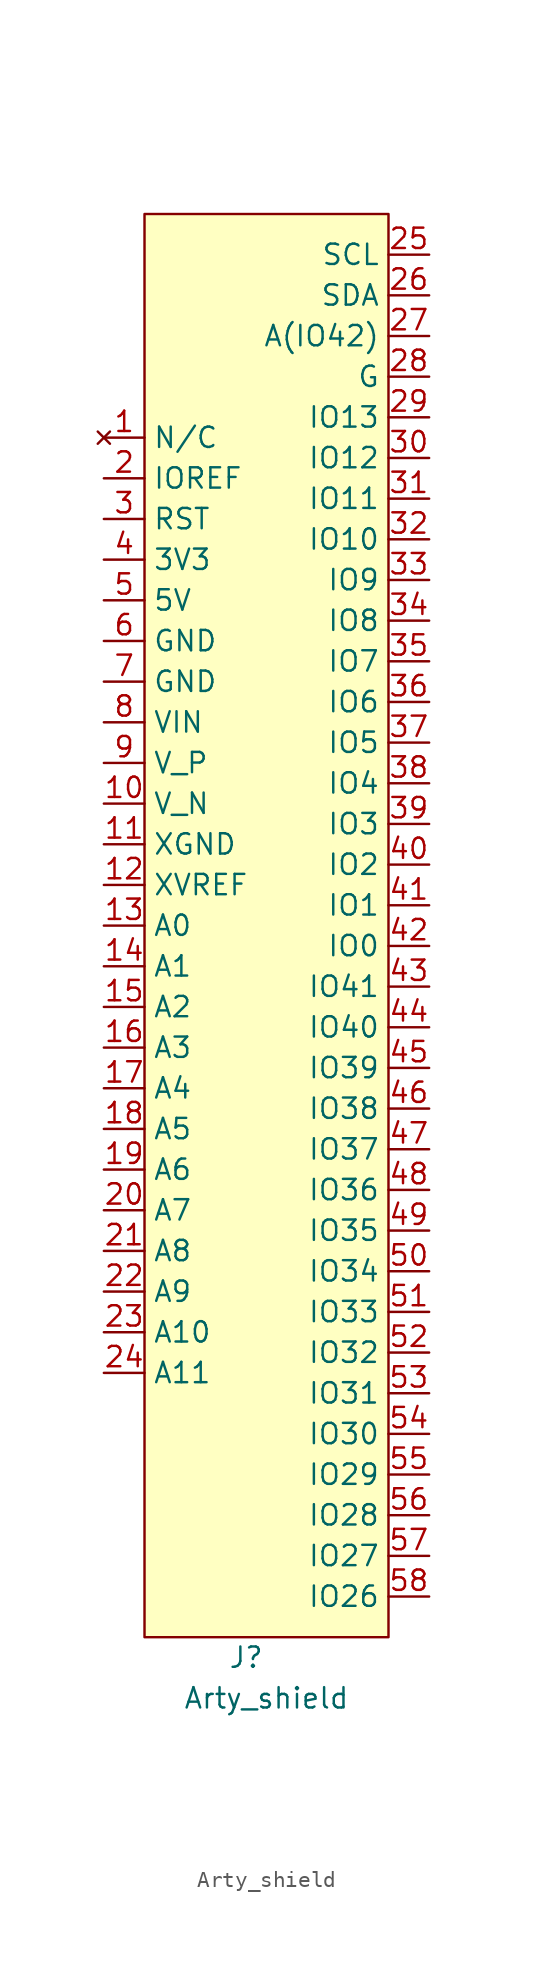
<source format=kicad_sym>
(kicad_symbol_lib
  (version 20211014)
  (generator kicad_symbol_editor)
  (symbol "Arty_shield"
    (property "Reference" "J"
      (at -1.27 -49.53 0)
      (effects (font (size 1.27 1.27))))
    (property "Value" "Arty_shield"
      (at 0 -52.07 0)
      (effects (font (size 1.27 1.27))))
    (symbol "Arty_shield_0_1"
      (rectangle (start -7.62 40.64) (end 7.62 -48.26) (stroke (width 0) (type default) (color 0 0 0 0)) (fill (type background))))
    (symbol "Arty_shield_1_1"
      (pin no_connect line (at -10.16 26.67 0) (length 2.54) (name "N/C" (effects (font (size 1.27 1.27)))) (number "1" (effects (font (size 1.27 1.27)))))
      (pin input line (at -10.16 3.81 0) (length 2.54) (name "V_N" (effects (font (size 1.27 1.27)))) (number "10" (effects (font (size 1.27 1.27)))))
      (pin input line (at -10.16 1.27 0) (length 2.54) (name "XGND" (effects (font (size 1.27 1.27)))) (number "11" (effects (font (size 1.27 1.27)))))
      (pin input line (at -10.16 -1.27 0) (length 2.54) (name "XVREF" (effects (font (size 1.27 1.27)))) (number "12" (effects (font (size 1.27 1.27)))))
      (pin input line (at -10.16 -3.81 0) (length 2.54) (name "A0" (effects (font (size 1.27 1.27)))) (number "13" (effects (font (size 1.27 1.27)))))
      (pin input line (at -10.16 -6.35 0) (length 2.54) (name "A1" (effects (font (size 1.27 1.27)))) (number "14" (effects (font (size 1.27 1.27)))))
      (pin input line (at -10.16 -8.89 0) (length 2.54) (name "A2" (effects (font (size 1.27 1.27)))) (number "15" (effects (font (size 1.27 1.27)))))
      (pin input line (at -10.16 -11.43 0) (length 2.54) (name "A3" (effects (font (size 1.27 1.27)))) (number "16" (effects (font (size 1.27 1.27)))))
      (pin input line (at -10.16 -13.97 0) (length 2.54) (name "A4" (effects (font (size 1.27 1.27)))) (number "17" (effects (font (size 1.27 1.27)))))
      (pin input line (at -10.16 -16.51 0) (length 2.54) (name "A5" (effects (font (size 1.27 1.27)))) (number "18" (effects (font (size 1.27 1.27)))))
      (pin input line (at -10.16 -19.05 0) (length 2.54) (name "A6" (effects (font (size 1.27 1.27)))) (number "19" (effects (font (size 1.27 1.27)))))
      (pin output line (at -10.16 24.13 0) (length 2.54) (name "IOREF" (effects (font (size 1.27 1.27)))) (number "2" (effects (font (size 1.27 1.27)))))
      (pin input line (at -10.16 -21.59 0) (length 2.54) (name "A7" (effects (font (size 1.27 1.27)))) (number "20" (effects (font (size 1.27 1.27)))))
      (pin input line (at -10.16 -24.13 0) (length 2.54) (name "A8" (effects (font (size 1.27 1.27)))) (number "21" (effects (font (size 1.27 1.27)))))
      (pin input line (at -10.16 -26.67 0) (length 2.54) (name "A9" (effects (font (size 1.27 1.27)))) (number "22" (effects (font (size 1.27 1.27)))))
      (pin input line (at -10.16 -29.21 0) (length 2.54) (name "A10" (effects (font (size 1.27 1.27)))) (number "23" (effects (font (size 1.27 1.27)))))
      (pin input line (at -10.16 -31.75 0) (length 2.54) (name "A11" (effects (font (size 1.27 1.27)))) (number "24" (effects (font (size 1.27 1.27)))))
      (pin open_collector line (at 10.16 38.1 180) (length 2.54) (name "SCL" (effects (font (size 1.27 1.27)))) (number "25" (effects (font (size 1.27 1.27)))))
      (pin open_collector line (at 10.16 35.56 180) (length 2.54) (name "SDA" (effects (font (size 1.27 1.27)))) (number "26" (effects (font (size 1.27 1.27)))))
      (pin bidirectional line (at 10.16 33.02 180) (length 2.54) (name "A(IO42)" (effects (font (size 1.27 1.27)))) (number "27" (effects (font (size 1.27 1.27)))))
      (pin bidirectional line (at 10.16 30.48 180) (length 2.54) (name "G" (effects (font (size 1.27 1.27)))) (number "28" (effects (font (size 1.27 1.27)))))
      (pin bidirectional line (at 10.16 27.94 180) (length 2.54) (name "IO13" (effects (font (size 1.27 1.27)))) (number "29" (effects (font (size 1.27 1.27)))))
      (pin input line (at -10.16 21.59 0) (length 2.54) (name "RST" (effects (font (size 1.27 1.27)))) (number "3" (effects (font (size 1.27 1.27)))))
      (pin bidirectional line (at 10.16 25.4 180) (length 2.54) (name "IO12" (effects (font (size 1.27 1.27)))) (number "30" (effects (font (size 1.27 1.27)))))
      (pin bidirectional line (at 10.16 22.86 180) (length 2.54) (name "IO11" (effects (font (size 1.27 1.27)))) (number "31" (effects (font (size 1.27 1.27)))))
      (pin bidirectional line (at 10.16 20.32 180) (length 2.54) (name "IO10" (effects (font (size 1.27 1.27)))) (number "32" (effects (font (size 1.27 1.27)))))
      (pin bidirectional line (at 10.16 17.78 180) (length 2.54) (name "IO9" (effects (font (size 1.27 1.27)))) (number "33" (effects (font (size 1.27 1.27)))))
      (pin bidirectional line (at 10.16 15.24 180) (length 2.54) (name "IO8" (effects (font (size 1.27 1.27)))) (number "34" (effects (font (size 1.27 1.27)))))
      (pin bidirectional line (at 10.16 12.7 180) (length 2.54) (name "IO7" (effects (font (size 1.27 1.27)))) (number "35" (effects (font (size 1.27 1.27)))))
      (pin bidirectional line (at 10.16 10.16 180) (length 2.54) (name "IO6" (effects (font (size 1.27 1.27)))) (number "36" (effects (font (size 1.27 1.27)))))
      (pin bidirectional line (at 10.16 7.62 180) (length 2.54) (name "IO5" (effects (font (size 1.27 1.27)))) (number "37" (effects (font (size 1.27 1.27)))))
      (pin bidirectional line (at 10.16 5.08 180) (length 2.54) (name "IO4" (effects (font (size 1.27 1.27)))) (number "38" (effects (font (size 1.27 1.27)))))
      (pin bidirectional line (at 10.16 2.54 180) (length 2.54) (name "IO3" (effects (font (size 1.27 1.27)))) (number "39" (effects (font (size 1.27 1.27)))))
      (pin power_out line (at -10.16 19.05 0) (length 2.54) (name "3V3" (effects (font (size 1.27 1.27)))) (number "4" (effects (font (size 1.27 1.27)))))
      (pin bidirectional line (at 10.16 0 180) (length 2.54) (name "IO2" (effects (font (size 1.27 1.27)))) (number "40" (effects (font (size 1.27 1.27)))))
      (pin bidirectional line (at 10.16 -2.54 180) (length 2.54) (name "IO1" (effects (font (size 1.27 1.27)))) (number "41" (effects (font (size 1.27 1.27)))))
      (pin bidirectional line (at 10.16 -5.08 180) (length 2.54) (name "IO0" (effects (font (size 1.27 1.27)))) (number "42" (effects (font (size 1.27 1.27)))))
      (pin bidirectional line (at 10.16 -7.62 180) (length 2.54) (name "IO41" (effects (font (size 1.27 1.27)))) (number "43" (effects (font (size 1.27 1.27)))))
      (pin bidirectional line (at 10.16 -10.16 180) (length 2.54) (name "IO40" (effects (font (size 1.27 1.27)))) (number "44" (effects (font (size 1.27 1.27)))))
      (pin bidirectional line (at 10.16 -12.7 180) (length 2.54) (name "IO39" (effects (font (size 1.27 1.27)))) (number "45" (effects (font (size 1.27 1.27)))))
      (pin bidirectional line (at 10.16 -15.24 180) (length 2.54) (name "IO38" (effects (font (size 1.27 1.27)))) (number "46" (effects (font (size 1.27 1.27)))))
      (pin bidirectional line (at 10.16 -17.78 180) (length 2.54) (name "IO37" (effects (font (size 1.27 1.27)))) (number "47" (effects (font (size 1.27 1.27)))))
      (pin bidirectional line (at 10.16 -20.32 180) (length 2.54) (name "IO36" (effects (font (size 1.27 1.27)))) (number "48" (effects (font (size 1.27 1.27)))))
      (pin bidirectional line (at 10.16 -22.86 180) (length 2.54) (name "IO35" (effects (font (size 1.27 1.27)))) (number "49" (effects (font (size 1.27 1.27)))))
      (pin power_out line (at -10.16 16.51 0) (length 2.54) (name "5V" (effects (font (size 1.27 1.27)))) (number "5" (effects (font (size 1.27 1.27)))))
      (pin bidirectional line (at 10.16 -25.4 180) (length 2.54) (name "IO34" (effects (font (size 1.27 1.27)))) (number "50" (effects (font (size 1.27 1.27)))))
      (pin bidirectional line (at 10.16 -27.94 180) (length 2.54) (name "IO33" (effects (font (size 1.27 1.27)))) (number "51" (effects (font (size 1.27 1.27)))))
      (pin bidirectional line (at 10.16 -30.48 180) (length 2.54) (name "IO32" (effects (font (size 1.27 1.27)))) (number "52" (effects (font (size 1.27 1.27)))))
      (pin bidirectional line (at 10.16 -33.02 180) (length 2.54) (name "IO31" (effects (font (size 1.27 1.27)))) (number "53" (effects (font (size 1.27 1.27)))))
      (pin bidirectional line (at 10.16 -35.56 180) (length 2.54) (name "IO30" (effects (font (size 1.27 1.27)))) (number "54" (effects (font (size 1.27 1.27)))))
      (pin bidirectional line (at 10.16 -38.1 180) (length 2.54) (name "IO29" (effects (font (size 1.27 1.27)))) (number "55" (effects (font (size 1.27 1.27)))))
      (pin bidirectional line (at 10.16 -40.64 180) (length 2.54) (name "IO28" (effects (font (size 1.27 1.27)))) (number "56" (effects (font (size 1.27 1.27)))))
      (pin bidirectional line (at 10.16 -43.18 180) (length 2.54) (name "IO27" (effects (font (size 1.27 1.27)))) (number "57" (effects (font (size 1.27 1.27)))))
      (pin bidirectional line (at 10.16 -45.72 180) (length 2.54) (name "IO26" (effects (font (size 1.27 1.27)))) (number "58" (effects (font (size 1.27 1.27)))))
      (pin power_out line (at -10.16 13.97 0) (length 2.54) (name "GND" (effects (font (size 1.27 1.27)))) (number "6" (effects (font (size 1.27 1.27)))))
      (pin power_out line (at -10.16 11.43 0) (length 2.54) (name "GND" (effects (font (size 1.27 1.27)))) (number "7" (effects (font (size 1.27 1.27)))))
      (pin power_in line (at -10.16 8.89 0) (length 2.54) (name "VIN" (effects (font (size 1.27 1.27)))) (number "8" (effects (font (size 1.27 1.27)))))
      (pin input line (at -10.16 6.35 0) (length 2.54) (name "V_P" (effects (font (size 1.27 1.27)))) (number "9" (effects (font (size 1.27 1.27))))))))
</source>
